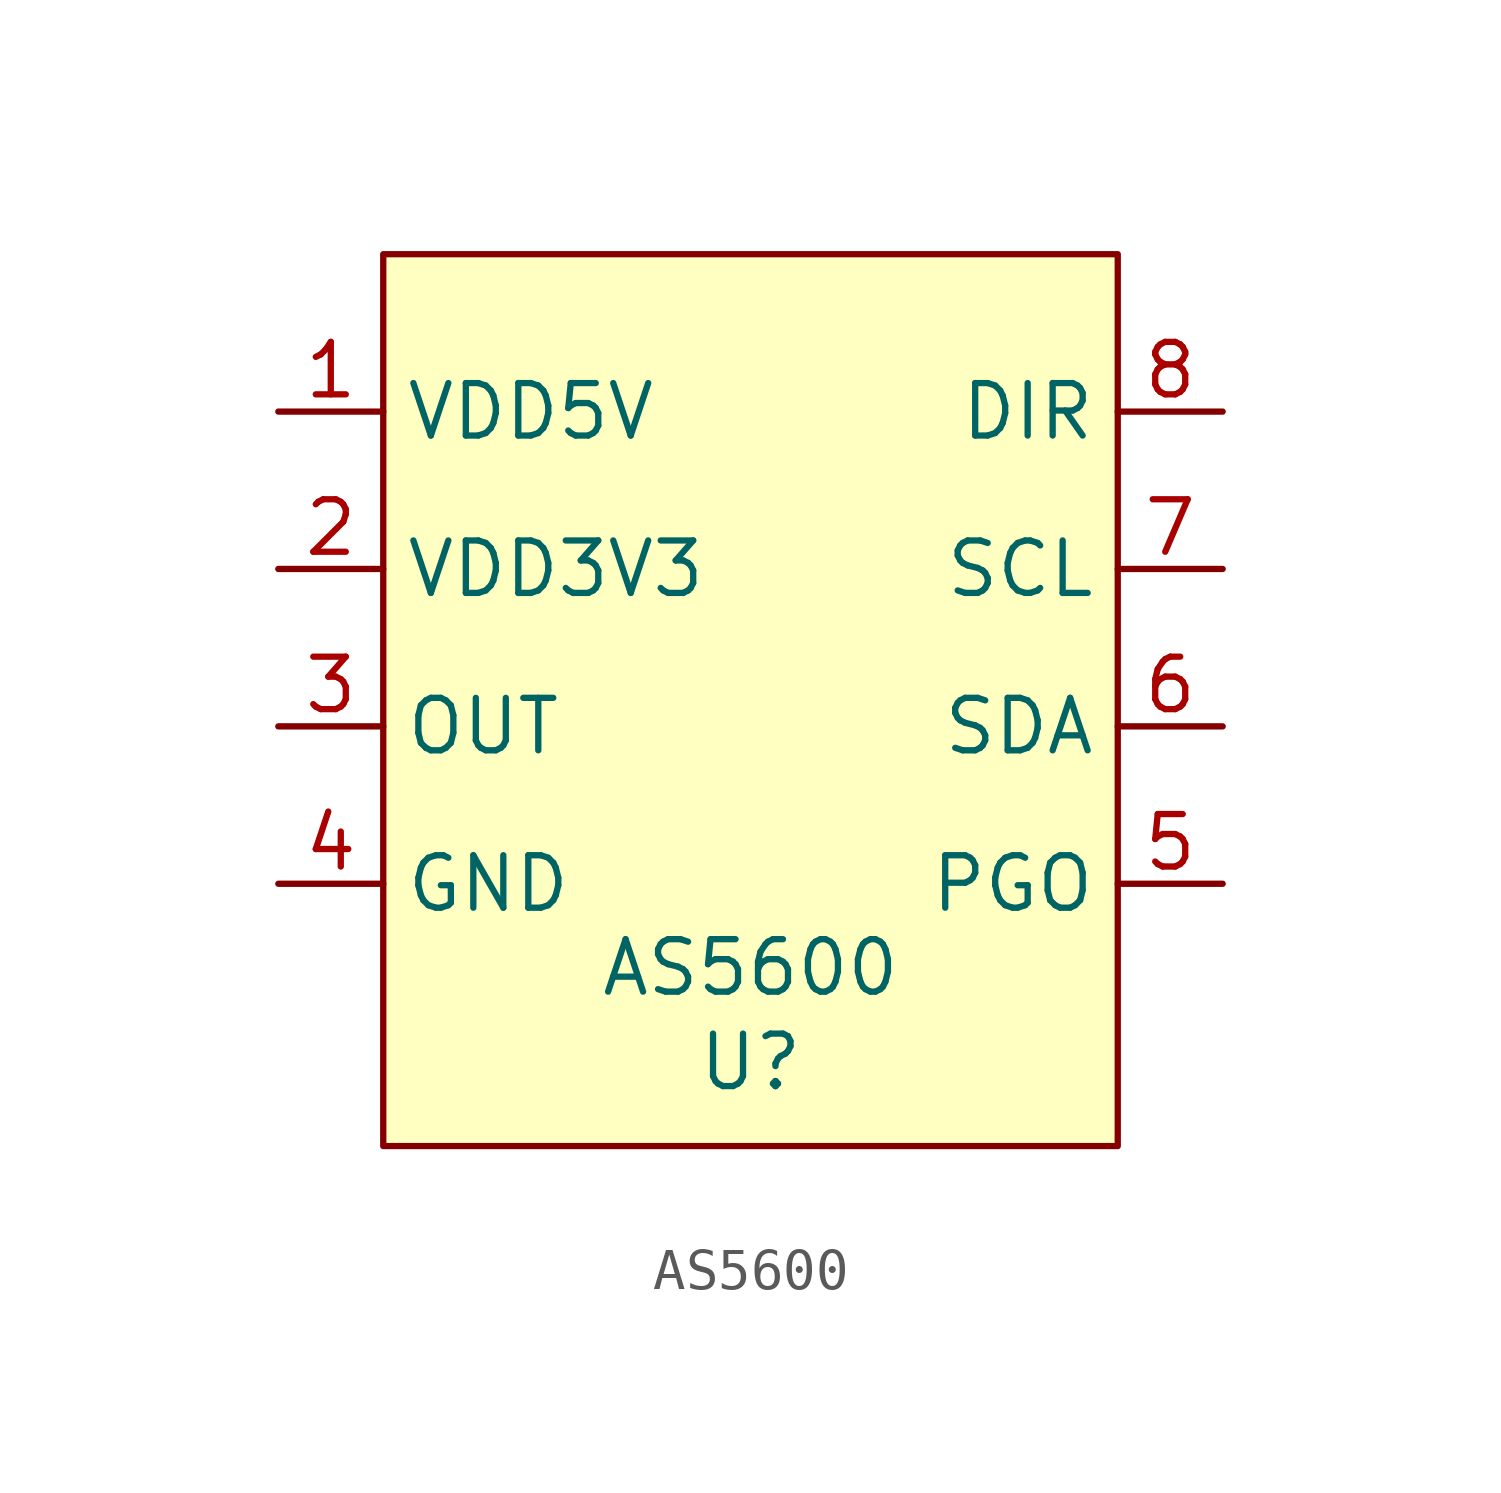
<source format=kicad_sym>
(kicad_symbol_lib
  (version 20231120)
  (generator "kicad_symbol_editor")
  (generator_version "8.0")
  (symbol "AS5600"
    (property "Reference" "U"
      (at 0 -10.668 0)
      (effects (font (size 1.27 1.27))))
    (property "Value" "AS5600"
      (at 0 -8.382 0)
      (effects (font (size 1.27 1.27))))
    (symbol "AS5600_1_1"
      (rectangle (start -8.89 8.89) (end 8.89 -12.7) (stroke (width 0) (type default)) (fill (type background)))
      (pin power_in line (at -11.43 5.08 0) (length 2.54) (name "VDD5V" (effects (font (size 1.27 1.27)))) (number "1" (effects (font (size 1.27 1.27)))))
      (pin power_in line (at -11.43 1.27 0) (length 2.54) (name "VDD3V3" (effects (font (size 1.27 1.27)))) (number "2" (effects (font (size 1.27 1.27)))))
      (pin output line (at -11.43 -2.54 0) (length 2.54) (name "OUT" (effects (font (size 1.27 1.27)))) (number "3" (effects (font (size 1.27 1.27)))))
      (pin power_in line (at -11.43 -6.35 0) (length 2.54) (name "GND" (effects (font (size 1.27 1.27)))) (number "4" (effects (font (size 1.27 1.27)))))
      (pin input line (at 11.43 -6.35 180) (length 2.54) (name "PGO" (effects (font (size 1.27 1.27)))) (number "5" (effects (font (size 1.27 1.27)))))
      (pin bidirectional line (at 11.43 -2.54 180) (length 2.54) (name "SDA" (effects (font (size 1.27 1.27)))) (number "6" (effects (font (size 1.27 1.27)))))
      (pin input line (at 11.43 1.27 180) (length 2.54) (name "SCL" (effects (font (size 1.27 1.27)))) (number "7" (effects (font (size 1.27 1.27)))))
      (pin input line (at 11.43 5.08 180) (length 2.54) (name "DIR" (effects (font (size 1.27 1.27)))) (number "8" (effects (font (size 1.27 1.27))))))))
</source>
